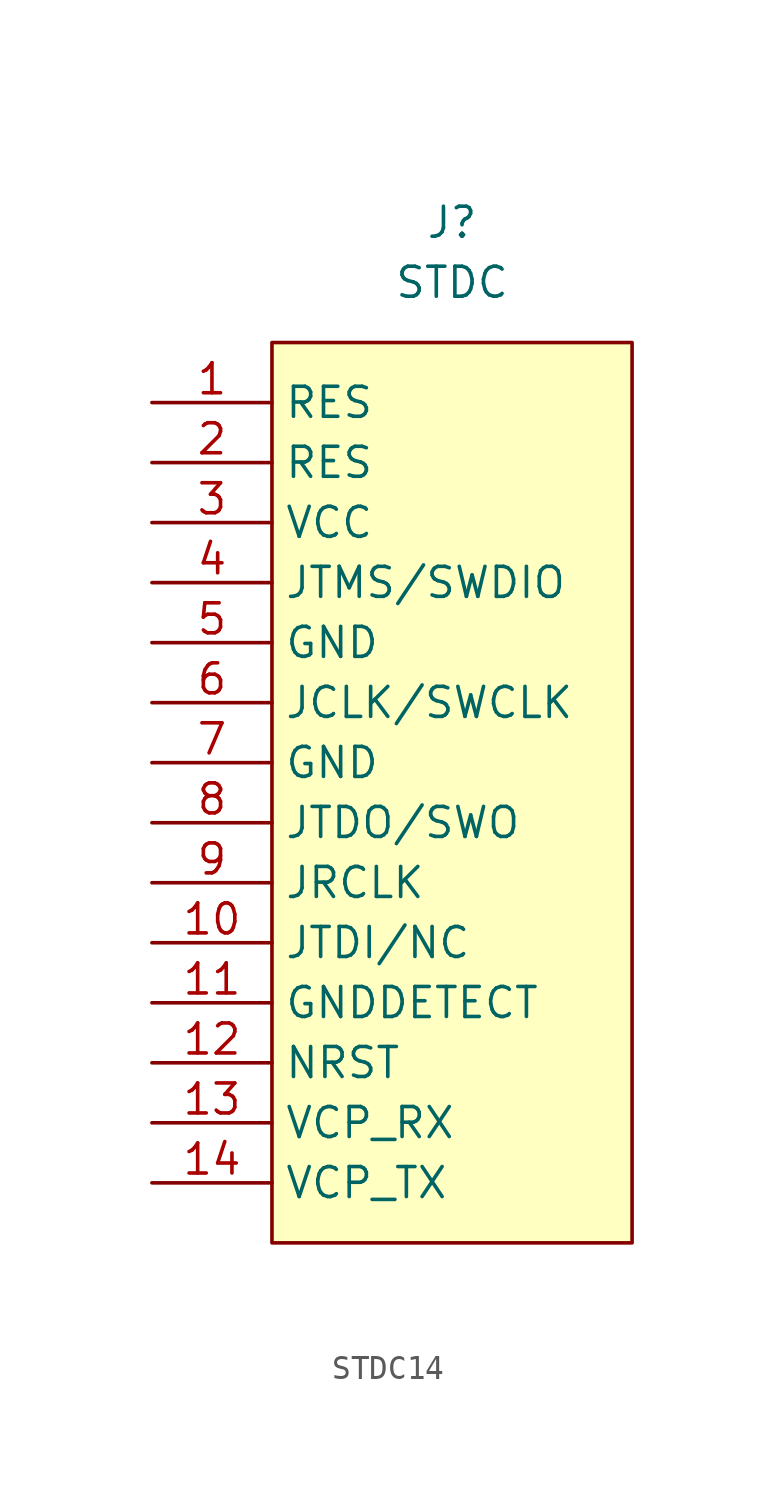
<source format=kicad_sym>
(kicad_symbol_lib
  (version 20241209)
  (generator "kicad_symbol_editor")
  (generator_version "9.0")
  (symbol "STDC14"
    (property "Reference" "J"
      (at 0 5.08 0)
      (effects (font (size 1.27 1.27))))
    (property "Value" "STDC"
      (at 0 2.54 0)
      (effects (font (size 1.27 1.27))))
    (symbol "STDC14_1_1"
      (rectangle (start -7.62 0) (end 7.62 -38.1) (stroke (width 0) (type solid)) (fill (type background)))
      (pin passive line (at -12.7 -2.54 0) (length 5.08) (name "RES" (effects (font (size 1.27 1.27)))) (number "1" (effects (font (size 1.27 1.27)))))
      (pin passive line (at -12.7 -5.08 0) (length 5.08) (name "RES" (effects (font (size 1.27 1.27)))) (number "2" (effects (font (size 1.27 1.27)))))
      (pin passive line (at -12.7 -7.62 0) (length 5.08) (name "VCC" (effects (font (size 1.27 1.27)))) (number "3" (effects (font (size 1.27 1.27)))))
      (pin passive line (at -12.7 -10.16 0) (length 5.08) (name "JTMS/SWDIO" (effects (font (size 1.27 1.27)))) (number "4" (effects (font (size 1.27 1.27)))))
      (pin passive line (at -12.7 -12.7 0) (length 5.08) (name "GND" (effects (font (size 1.27 1.27)))) (number "5" (effects (font (size 1.27 1.27)))))
      (pin passive line (at -12.7 -15.24 0) (length 5.08) (name "JCLK/SWCLK" (effects (font (size 1.27 1.27)))) (number "6" (effects (font (size 1.27 1.27)))))
      (pin passive line (at -12.7 -17.78 0) (length 5.08) (name "GND" (effects (font (size 1.27 1.27)))) (number "7" (effects (font (size 1.27 1.27)))))
      (pin passive line (at -12.7 -20.32 0) (length 5.08) (name "JTDO/SWO" (effects (font (size 1.27 1.27)))) (number "8" (effects (font (size 1.27 1.27)))))
      (pin passive line (at -12.7 -22.86 0) (length 5.08) (name "JRCLK" (effects (font (size 1.27 1.27)))) (number "9" (effects (font (size 1.27 1.27)))))
      (pin passive line (at -12.7 -25.4 0) (length 5.08) (name "JTDI/NC" (effects (font (size 1.27 1.27)))) (number "10" (effects (font (size 1.27 1.27)))))
      (pin passive line (at -12.7 -27.94 0) (length 5.08) (name "GNDDETECT" (effects (font (size 1.27 1.27)))) (number "11" (effects (font (size 1.27 1.27)))))
      (pin passive line (at -12.7 -30.48 0) (length 5.08) (name "NRST" (effects (font (size 1.27 1.27)))) (number "12" (effects (font (size 1.27 1.27)))))
      (pin passive line (at -12.7 -33.02 0) (length 5.08) (name "VCP_RX" (effects (font (size 1.27 1.27)))) (number "13" (effects (font (size 1.27 1.27)))))
      (pin passive line (at -12.7 -35.56 0) (length 5.08) (name "VCP_TX" (effects (font (size 1.27 1.27)))) (number "14" (effects (font (size 1.27 1.27))))))))
</source>
